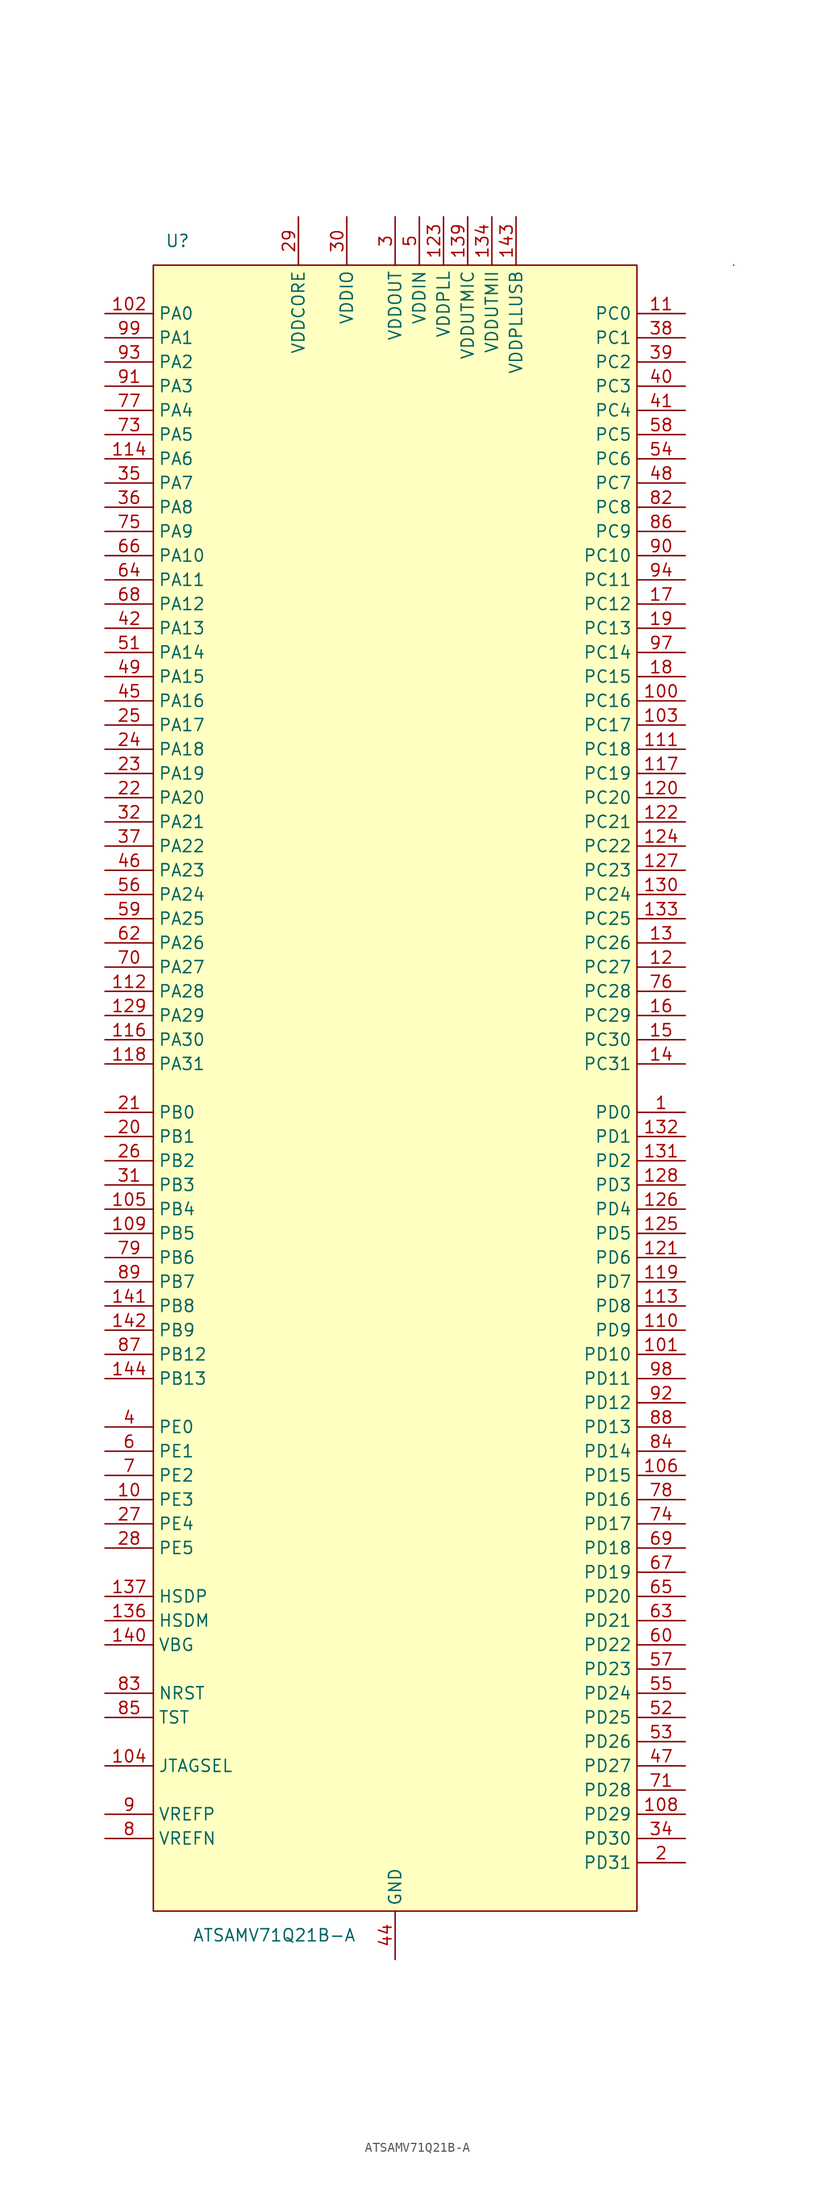
<source format=kicad_sym>
(kicad_symbol_lib
  (version 20211014)
  (generator kicad_symbol_editor)
  (symbol "ATSAMV71Q21B-A"
    (property "Reference" "U"
      (at -22.86 88.9 0)
      (effects (font (size 1.27 1.27))))
    (property "Value" "ATSAMV71Q21B-A"
      (at -12.7 -88.9 0)
      (effects (font (size 1.27 1.27))))
    (symbol "ATSAMV71Q21B-A_0_1"
      (rectangle (start 25.4 86.36) (end -25.4 -86.36) (stroke (width 0) (type default) (color 0 0 0 0)) (fill (type background)))
      (rectangle (start 35.56 86.36) (end 35.56 86.36) (stroke (width 0) (type default) (color 0 0 0 0)) (fill (type none))))
    (symbol "ATSAMV71Q21B-A_1_1"
      (pin bidirectional line (at 30.48 -2.54 180) (length 5.08) (name "PD0" (effects (font (size 1.27 1.27)))) (number "1" (effects (font (size 1.27 1.27)))))
      (pin bidirectional line (at -30.48 -43.18 0) (length 5.08) (name "PE3" (effects (font (size 1.27 1.27)))) (number "10" (effects (font (size 1.27 1.27)))))
      (pin bidirectional line (at 30.48 40.64 180) (length 5.08) (name "PC16" (effects (font (size 1.27 1.27)))) (number "100" (effects (font (size 1.27 1.27)))))
      (pin bidirectional line (at 30.48 -27.94 180) (length 5.08) (name "PD10" (effects (font (size 1.27 1.27)))) (number "101" (effects (font (size 1.27 1.27)))))
      (pin bidirectional line (at -30.48 81.28 0) (length 5.08) (name "PA0" (effects (font (size 1.27 1.27)))) (number "102" (effects (font (size 1.27 1.27)))))
      (pin bidirectional line (at 30.48 38.1 180) (length 5.08) (name "PC17" (effects (font (size 1.27 1.27)))) (number "103" (effects (font (size 1.27 1.27)))))
      (pin input line (at -30.48 -71.12 0) (length 5.08) (name "JTAGSEL" (effects (font (size 1.27 1.27)))) (number "104" (effects (font (size 1.27 1.27)))))
      (pin bidirectional line (at -30.48 -12.7 0) (length 5.08) (name "PB4" (effects (font (size 1.27 1.27)))) (number "105" (effects (font (size 1.27 1.27)))))
      (pin bidirectional line (at 30.48 -40.64 180) (length 5.08) (name "PD15" (effects (font (size 1.27 1.27)))) (number "106" (effects (font (size 1.27 1.27)))))
      (pin passive line (at -10.16 91.44 270) (length 5.08) hide (name "VDDCORE" (effects (font (size 1.27 1.27)))) (number "107" (effects (font (size 1.27 1.27)))))
      (pin bidirectional line (at 30.48 -76.2 180) (length 5.08) (name "PD29" (effects (font (size 1.27 1.27)))) (number "108" (effects (font (size 1.27 1.27)))))
      (pin bidirectional line (at -30.48 -15.24 0) (length 5.08) (name "PB5" (effects (font (size 1.27 1.27)))) (number "109" (effects (font (size 1.27 1.27)))))
      (pin bidirectional line (at 30.48 81.28 180) (length 5.08) (name "PC0" (effects (font (size 1.27 1.27)))) (number "11" (effects (font (size 1.27 1.27)))))
      (pin bidirectional line (at 30.48 -25.4 180) (length 5.08) (name "PD9" (effects (font (size 1.27 1.27)))) (number "110" (effects (font (size 1.27 1.27)))))
      (pin bidirectional line (at 30.48 35.56 180) (length 5.08) (name "PC18" (effects (font (size 1.27 1.27)))) (number "111" (effects (font (size 1.27 1.27)))))
      (pin bidirectional line (at -30.48 10.16 0) (length 5.08) (name "PA28" (effects (font (size 1.27 1.27)))) (number "112" (effects (font (size 1.27 1.27)))))
      (pin bidirectional line (at 30.48 -22.86 180) (length 5.08) (name "PD8" (effects (font (size 1.27 1.27)))) (number "113" (effects (font (size 1.27 1.27)))))
      (pin bidirectional line (at -30.48 66.04 0) (length 5.08) (name "PA6" (effects (font (size 1.27 1.27)))) (number "114" (effects (font (size 1.27 1.27)))))
      (pin passive line (at 0 -91.44 90) (length 5.08) hide (name "GND" (effects (font (size 1.27 1.27)))) (number "115" (effects (font (size 1.27 1.27)))))
      (pin bidirectional line (at -30.48 5.08 0) (length 5.08) (name "PA30" (effects (font (size 1.27 1.27)))) (number "116" (effects (font (size 1.27 1.27)))))
      (pin bidirectional line (at 30.48 33.02 180) (length 5.08) (name "PC19" (effects (font (size 1.27 1.27)))) (number "117" (effects (font (size 1.27 1.27)))))
      (pin bidirectional line (at -30.48 2.54 0) (length 5.08) (name "PA31" (effects (font (size 1.27 1.27)))) (number "118" (effects (font (size 1.27 1.27)))))
      (pin bidirectional line (at 30.48 -20.32 180) (length 5.08) (name "PD7" (effects (font (size 1.27 1.27)))) (number "119" (effects (font (size 1.27 1.27)))))
      (pin bidirectional line (at 30.48 12.7 180) (length 5.08) (name "PC27" (effects (font (size 1.27 1.27)))) (number "12" (effects (font (size 1.27 1.27)))))
      (pin bidirectional line (at 30.48 30.48 180) (length 5.08) (name "PC20" (effects (font (size 1.27 1.27)))) (number "120" (effects (font (size 1.27 1.27)))))
      (pin bidirectional line (at 30.48 -17.78 180) (length 5.08) (name "PD6" (effects (font (size 1.27 1.27)))) (number "121" (effects (font (size 1.27 1.27)))))
      (pin bidirectional line (at 30.48 27.94 180) (length 5.08) (name "PC21" (effects (font (size 1.27 1.27)))) (number "122" (effects (font (size 1.27 1.27)))))
      (pin power_in line (at 5.08 91.44 270) (length 5.08) (name "VDDPLL" (effects (font (size 1.27 1.27)))) (number "123" (effects (font (size 1.27 1.27)))))
      (pin bidirectional line (at 30.48 25.4 180) (length 5.08) (name "PC22" (effects (font (size 1.27 1.27)))) (number "124" (effects (font (size 1.27 1.27)))))
      (pin bidirectional line (at 30.48 -15.24 180) (length 5.08) (name "PD5" (effects (font (size 1.27 1.27)))) (number "125" (effects (font (size 1.27 1.27)))))
      (pin bidirectional line (at 30.48 -12.7 180) (length 5.08) (name "PD4" (effects (font (size 1.27 1.27)))) (number "126" (effects (font (size 1.27 1.27)))))
      (pin bidirectional line (at 30.48 22.86 180) (length 5.08) (name "PC23" (effects (font (size 1.27 1.27)))) (number "127" (effects (font (size 1.27 1.27)))))
      (pin bidirectional line (at 30.48 -10.16 180) (length 5.08) (name "PD3" (effects (font (size 1.27 1.27)))) (number "128" (effects (font (size 1.27 1.27)))))
      (pin bidirectional line (at -30.48 7.62 0) (length 5.08) (name "PA29" (effects (font (size 1.27 1.27)))) (number "129" (effects (font (size 1.27 1.27)))))
      (pin bidirectional line (at 30.48 15.24 180) (length 5.08) (name "PC26" (effects (font (size 1.27 1.27)))) (number "13" (effects (font (size 1.27 1.27)))))
      (pin bidirectional line (at 30.48 20.32 180) (length 5.08) (name "PC24" (effects (font (size 1.27 1.27)))) (number "130" (effects (font (size 1.27 1.27)))))
      (pin bidirectional line (at 30.48 -7.62 180) (length 5.08) (name "PD2" (effects (font (size 1.27 1.27)))) (number "131" (effects (font (size 1.27 1.27)))))
      (pin bidirectional line (at 30.48 -5.08 180) (length 5.08) (name "PD1" (effects (font (size 1.27 1.27)))) (number "132" (effects (font (size 1.27 1.27)))))
      (pin bidirectional line (at 30.48 17.78 180) (length 5.08) (name "PC25" (effects (font (size 1.27 1.27)))) (number "133" (effects (font (size 1.27 1.27)))))
      (pin power_in line (at 10.16 91.44 270) (length 5.08) (name "VDDUTMII" (effects (font (size 1.27 1.27)))) (number "134" (effects (font (size 1.27 1.27)))))
      (pin passive line (at 0 -91.44 90) (length 5.08) hide (name "GND" (effects (font (size 1.27 1.27)))) (number "135" (effects (font (size 1.27 1.27)))))
      (pin bidirectional line (at -30.48 -55.88 0) (length 5.08) (name "HSDM" (effects (font (size 1.27 1.27)))) (number "136" (effects (font (size 1.27 1.27)))))
      (pin bidirectional line (at -30.48 -53.34 0) (length 5.08) (name "HSDP" (effects (font (size 1.27 1.27)))) (number "137" (effects (font (size 1.27 1.27)))))
      (pin passive line (at 0 -91.44 90) (length 5.08) hide (name "GND" (effects (font (size 1.27 1.27)))) (number "138" (effects (font (size 1.27 1.27)))))
      (pin power_in line (at 7.62 91.44 270) (length 5.08) (name "VDDUTMIC" (effects (font (size 1.27 1.27)))) (number "139" (effects (font (size 1.27 1.27)))))
      (pin bidirectional line (at 30.48 2.54 180) (length 5.08) (name "PC31" (effects (font (size 1.27 1.27)))) (number "14" (effects (font (size 1.27 1.27)))))
      (pin input line (at -30.48 -58.42 0) (length 5.08) (name "VBG" (effects (font (size 1.27 1.27)))) (number "140" (effects (font (size 1.27 1.27)))))
      (pin bidirectional line (at -30.48 -22.86 0) (length 5.08) (name "PB8" (effects (font (size 1.27 1.27)))) (number "141" (effects (font (size 1.27 1.27)))))
      (pin bidirectional line (at -30.48 -25.4 0) (length 5.08) (name "PB9" (effects (font (size 1.27 1.27)))) (number "142" (effects (font (size 1.27 1.27)))))
      (pin power_in line (at 12.7 91.44 270) (length 5.08) (name "VDDPLLUSB" (effects (font (size 1.27 1.27)))) (number "143" (effects (font (size 1.27 1.27)))))
      (pin bidirectional line (at -30.48 -30.48 0) (length 5.08) (name "PB13" (effects (font (size 1.27 1.27)))) (number "144" (effects (font (size 1.27 1.27)))))
      (pin bidirectional line (at 30.48 5.08 180) (length 5.08) (name "PC30" (effects (font (size 1.27 1.27)))) (number "15" (effects (font (size 1.27 1.27)))))
      (pin bidirectional line (at 30.48 7.62 180) (length 5.08) (name "PC29" (effects (font (size 1.27 1.27)))) (number "16" (effects (font (size 1.27 1.27)))))
      (pin bidirectional line (at 30.48 50.8 180) (length 5.08) (name "PC12" (effects (font (size 1.27 1.27)))) (number "17" (effects (font (size 1.27 1.27)))))
      (pin bidirectional line (at 30.48 43.18 180) (length 5.08) (name "PC15" (effects (font (size 1.27 1.27)))) (number "18" (effects (font (size 1.27 1.27)))))
      (pin bidirectional line (at 30.48 48.26 180) (length 5.08) (name "PC13" (effects (font (size 1.27 1.27)))) (number "19" (effects (font (size 1.27 1.27)))))
      (pin bidirectional line (at 30.48 -81.28 180) (length 5.08) (name "PD31" (effects (font (size 1.27 1.27)))) (number "2" (effects (font (size 1.27 1.27)))))
      (pin bidirectional line (at -30.48 -5.08 0) (length 5.08) (name "PB1" (effects (font (size 1.27 1.27)))) (number "20" (effects (font (size 1.27 1.27)))))
      (pin bidirectional line (at -30.48 -2.54 0) (length 5.08) (name "PB0" (effects (font (size 1.27 1.27)))) (number "21" (effects (font (size 1.27 1.27)))))
      (pin bidirectional line (at -30.48 30.48 0) (length 5.08) (name "PA20" (effects (font (size 1.27 1.27)))) (number "22" (effects (font (size 1.27 1.27)))))
      (pin bidirectional line (at -30.48 33.02 0) (length 5.08) (name "PA19" (effects (font (size 1.27 1.27)))) (number "23" (effects (font (size 1.27 1.27)))))
      (pin bidirectional line (at -30.48 35.56 0) (length 5.08) (name "PA18" (effects (font (size 1.27 1.27)))) (number "24" (effects (font (size 1.27 1.27)))))
      (pin bidirectional line (at -30.48 38.1 0) (length 5.08) (name "PA17" (effects (font (size 1.27 1.27)))) (number "25" (effects (font (size 1.27 1.27)))))
      (pin bidirectional line (at -30.48 -7.62 0) (length 5.08) (name "PB2" (effects (font (size 1.27 1.27)))) (number "26" (effects (font (size 1.27 1.27)))))
      (pin bidirectional line (at -30.48 -45.72 0) (length 5.08) (name "PE4" (effects (font (size 1.27 1.27)))) (number "27" (effects (font (size 1.27 1.27)))))
      (pin bidirectional line (at -30.48 -48.26 0) (length 5.08) (name "PE5" (effects (font (size 1.27 1.27)))) (number "28" (effects (font (size 1.27 1.27)))))
      (pin power_in line (at -10.16 91.44 270) (length 5.08) (name "VDDCORE" (effects (font (size 1.27 1.27)))) (number "29" (effects (font (size 1.27 1.27)))))
      (pin power_in line (at 0 91.44 270) (length 5.08) (name "VDDOUT" (effects (font (size 1.27 1.27)))) (number "3" (effects (font (size 1.27 1.27)))))
      (pin power_in line (at -5.08 91.44 270) (length 5.08) (name "VDDIO" (effects (font (size 1.27 1.27)))) (number "30" (effects (font (size 1.27 1.27)))))
      (pin bidirectional line (at -30.48 -10.16 0) (length 5.08) (name "PB3" (effects (font (size 1.27 1.27)))) (number "31" (effects (font (size 1.27 1.27)))))
      (pin bidirectional line (at -30.48 27.94 0) (length 5.08) (name "PA21" (effects (font (size 1.27 1.27)))) (number "32" (effects (font (size 1.27 1.27)))))
      (pin passive line (at -10.16 91.44 270) (length 5.08) hide (name "VDDCORE" (effects (font (size 1.27 1.27)))) (number "33" (effects (font (size 1.27 1.27)))))
      (pin bidirectional line (at 30.48 -78.74 180) (length 5.08) (name "PD30" (effects (font (size 1.27 1.27)))) (number "34" (effects (font (size 1.27 1.27)))))
      (pin bidirectional line (at -30.48 63.5 0) (length 5.08) (name "PA7" (effects (font (size 1.27 1.27)))) (number "35" (effects (font (size 1.27 1.27)))))
      (pin bidirectional line (at -30.48 60.96 0) (length 5.08) (name "PA8" (effects (font (size 1.27 1.27)))) (number "36" (effects (font (size 1.27 1.27)))))
      (pin bidirectional line (at -30.48 25.4 0) (length 5.08) (name "PA22" (effects (font (size 1.27 1.27)))) (number "37" (effects (font (size 1.27 1.27)))))
      (pin bidirectional line (at 30.48 78.74 180) (length 5.08) (name "PC1" (effects (font (size 1.27 1.27)))) (number "38" (effects (font (size 1.27 1.27)))))
      (pin bidirectional line (at 30.48 76.2 180) (length 5.08) (name "PC2" (effects (font (size 1.27 1.27)))) (number "39" (effects (font (size 1.27 1.27)))))
      (pin bidirectional line (at -30.48 -35.56 0) (length 5.08) (name "PE0" (effects (font (size 1.27 1.27)))) (number "4" (effects (font (size 1.27 1.27)))))
      (pin bidirectional line (at 30.48 73.66 180) (length 5.08) (name "PC3" (effects (font (size 1.27 1.27)))) (number "40" (effects (font (size 1.27 1.27)))))
      (pin bidirectional line (at 30.48 71.12 180) (length 5.08) (name "PC4" (effects (font (size 1.27 1.27)))) (number "41" (effects (font (size 1.27 1.27)))))
      (pin bidirectional line (at -30.48 48.26 0) (length 5.08) (name "PA13" (effects (font (size 1.27 1.27)))) (number "42" (effects (font (size 1.27 1.27)))))
      (pin passive line (at -5.08 91.44 270) (length 5.08) hide (name "VDDIO" (effects (font (size 1.27 1.27)))) (number "43" (effects (font (size 1.27 1.27)))))
      (pin power_in line (at 0 -91.44 90) (length 5.08) (name "GND" (effects (font (size 1.27 1.27)))) (number "44" (effects (font (size 1.27 1.27)))))
      (pin bidirectional line (at -30.48 40.64 0) (length 5.08) (name "PA16" (effects (font (size 1.27 1.27)))) (number "45" (effects (font (size 1.27 1.27)))))
      (pin bidirectional line (at -30.48 22.86 0) (length 5.08) (name "PA23" (effects (font (size 1.27 1.27)))) (number "46" (effects (font (size 1.27 1.27)))))
      (pin bidirectional line (at 30.48 -71.12 180) (length 5.08) (name "PD27" (effects (font (size 1.27 1.27)))) (number "47" (effects (font (size 1.27 1.27)))))
      (pin bidirectional line (at 30.48 63.5 180) (length 5.08) (name "PC7" (effects (font (size 1.27 1.27)))) (number "48" (effects (font (size 1.27 1.27)))))
      (pin bidirectional line (at -30.48 43.18 0) (length 5.08) (name "PA15" (effects (font (size 1.27 1.27)))) (number "49" (effects (font (size 1.27 1.27)))))
      (pin power_in line (at 2.54 91.44 270) (length 5.08) (name "VDDIN" (effects (font (size 1.27 1.27)))) (number "5" (effects (font (size 1.27 1.27)))))
      (pin passive line (at -10.16 91.44 270) (length 5.08) hide (name "VDDCORE" (effects (font (size 1.27 1.27)))) (number "50" (effects (font (size 1.27 1.27)))))
      (pin bidirectional line (at -30.48 45.72 0) (length 5.08) (name "PA14" (effects (font (size 1.27 1.27)))) (number "51" (effects (font (size 1.27 1.27)))))
      (pin bidirectional line (at 30.48 -66.04 180) (length 5.08) (name "PD25" (effects (font (size 1.27 1.27)))) (number "52" (effects (font (size 1.27 1.27)))))
      (pin bidirectional line (at 30.48 -68.58 180) (length 5.08) (name "PD26" (effects (font (size 1.27 1.27)))) (number "53" (effects (font (size 1.27 1.27)))))
      (pin bidirectional line (at 30.48 66.04 180) (length 5.08) (name "PC6" (effects (font (size 1.27 1.27)))) (number "54" (effects (font (size 1.27 1.27)))))
      (pin bidirectional line (at 30.48 -63.5 180) (length 5.08) (name "PD24" (effects (font (size 1.27 1.27)))) (number "55" (effects (font (size 1.27 1.27)))))
      (pin bidirectional line (at -30.48 20.32 0) (length 5.08) (name "PA24" (effects (font (size 1.27 1.27)))) (number "56" (effects (font (size 1.27 1.27)))))
      (pin bidirectional line (at 30.48 -60.96 180) (length 5.08) (name "PD23" (effects (font (size 1.27 1.27)))) (number "57" (effects (font (size 1.27 1.27)))))
      (pin bidirectional line (at 30.48 68.58 180) (length 5.08) (name "PC5" (effects (font (size 1.27 1.27)))) (number "58" (effects (font (size 1.27 1.27)))))
      (pin bidirectional line (at -30.48 17.78 0) (length 5.08) (name "PA25" (effects (font (size 1.27 1.27)))) (number "59" (effects (font (size 1.27 1.27)))))
      (pin bidirectional line (at -30.48 -38.1 0) (length 5.08) (name "PE1" (effects (font (size 1.27 1.27)))) (number "6" (effects (font (size 1.27 1.27)))))
      (pin bidirectional line (at 30.48 -58.42 180) (length 5.08) (name "PD22" (effects (font (size 1.27 1.27)))) (number "60" (effects (font (size 1.27 1.27)))))
      (pin passive line (at 0 -91.44 90) (length 5.08) hide (name "GND" (effects (font (size 1.27 1.27)))) (number "61" (effects (font (size 1.27 1.27)))))
      (pin bidirectional line (at -30.48 15.24 0) (length 5.08) (name "PA26" (effects (font (size 1.27 1.27)))) (number "62" (effects (font (size 1.27 1.27)))))
      (pin bidirectional line (at 30.48 -55.88 180) (length 5.08) (name "PD21" (effects (font (size 1.27 1.27)))) (number "63" (effects (font (size 1.27 1.27)))))
      (pin bidirectional line (at -30.48 53.34 0) (length 5.08) (name "PA11" (effects (font (size 1.27 1.27)))) (number "64" (effects (font (size 1.27 1.27)))))
      (pin bidirectional line (at 30.48 -53.34 180) (length 5.08) (name "PD20" (effects (font (size 1.27 1.27)))) (number "65" (effects (font (size 1.27 1.27)))))
      (pin bidirectional line (at -30.48 55.88 0) (length 5.08) (name "PA10" (effects (font (size 1.27 1.27)))) (number "66" (effects (font (size 1.27 1.27)))))
      (pin bidirectional line (at 30.48 -50.8 180) (length 5.08) (name "PD19" (effects (font (size 1.27 1.27)))) (number "67" (effects (font (size 1.27 1.27)))))
      (pin bidirectional line (at -30.48 50.8 0) (length 5.08) (name "PA12" (effects (font (size 1.27 1.27)))) (number "68" (effects (font (size 1.27 1.27)))))
      (pin bidirectional line (at 30.48 -48.26 180) (length 5.08) (name "PD18" (effects (font (size 1.27 1.27)))) (number "69" (effects (font (size 1.27 1.27)))))
      (pin bidirectional line (at -30.48 -40.64 0) (length 5.08) (name "PE2" (effects (font (size 1.27 1.27)))) (number "7" (effects (font (size 1.27 1.27)))))
      (pin bidirectional line (at -30.48 12.7 0) (length 5.08) (name "PA27" (effects (font (size 1.27 1.27)))) (number "70" (effects (font (size 1.27 1.27)))))
      (pin bidirectional line (at 30.48 -73.66 180) (length 5.08) (name "PD28" (effects (font (size 1.27 1.27)))) (number "71" (effects (font (size 1.27 1.27)))))
      (pin passive line (at -5.08 91.44 270) (length 5.08) hide (name "VDDIO" (effects (font (size 1.27 1.27)))) (number "72" (effects (font (size 1.27 1.27)))))
      (pin bidirectional line (at -30.48 68.58 0) (length 5.08) (name "PA5" (effects (font (size 1.27 1.27)))) (number "73" (effects (font (size 1.27 1.27)))))
      (pin bidirectional line (at 30.48 -45.72 180) (length 5.08) (name "PD17" (effects (font (size 1.27 1.27)))) (number "74" (effects (font (size 1.27 1.27)))))
      (pin bidirectional line (at -30.48 58.42 0) (length 5.08) (name "PA9" (effects (font (size 1.27 1.27)))) (number "75" (effects (font (size 1.27 1.27)))))
      (pin bidirectional line (at 30.48 10.16 180) (length 5.08) (name "PC28" (effects (font (size 1.27 1.27)))) (number "76" (effects (font (size 1.27 1.27)))))
      (pin bidirectional line (at -30.48 71.12 0) (length 5.08) (name "PA4" (effects (font (size 1.27 1.27)))) (number "77" (effects (font (size 1.27 1.27)))))
      (pin bidirectional line (at 30.48 -43.18 180) (length 5.08) (name "PD16" (effects (font (size 1.27 1.27)))) (number "78" (effects (font (size 1.27 1.27)))))
      (pin bidirectional line (at -30.48 -17.78 0) (length 5.08) (name "PB6" (effects (font (size 1.27 1.27)))) (number "79" (effects (font (size 1.27 1.27)))))
      (pin bidirectional line (at -30.48 -78.74 0) (length 5.08) (name "VREFN" (effects (font (size 1.27 1.27)))) (number "8" (effects (font (size 1.27 1.27)))))
      (pin passive line (at -5.08 91.44 270) (length 5.08) hide (name "VDDIO" (effects (font (size 1.27 1.27)))) (number "80" (effects (font (size 1.27 1.27)))))
      (pin passive line (at -10.16 91.44 270) (length 5.08) hide (name "VDDCORE" (effects (font (size 1.27 1.27)))) (number "81" (effects (font (size 1.27 1.27)))))
      (pin bidirectional line (at 30.48 60.96 180) (length 5.08) (name "PC8" (effects (font (size 1.27 1.27)))) (number "82" (effects (font (size 1.27 1.27)))))
      (pin bidirectional line (at -30.48 -63.5 0) (length 5.08) (name "NRST" (effects (font (size 1.27 1.27)))) (number "83" (effects (font (size 1.27 1.27)))))
      (pin bidirectional line (at 30.48 -38.1 180) (length 5.08) (name "PD14" (effects (font (size 1.27 1.27)))) (number "84" (effects (font (size 1.27 1.27)))))
      (pin input line (at -30.48 -66.04 0) (length 5.08) (name "TST" (effects (font (size 1.27 1.27)))) (number "85" (effects (font (size 1.27 1.27)))))
      (pin bidirectional line (at 30.48 58.42 180) (length 5.08) (name "PC9" (effects (font (size 1.27 1.27)))) (number "86" (effects (font (size 1.27 1.27)))))
      (pin bidirectional line (at -30.48 -27.94 0) (length 5.08) (name "PB12" (effects (font (size 1.27 1.27)))) (number "87" (effects (font (size 1.27 1.27)))))
      (pin bidirectional line (at 30.48 -35.56 180) (length 5.08) (name "PD13" (effects (font (size 1.27 1.27)))) (number "88" (effects (font (size 1.27 1.27)))))
      (pin bidirectional line (at -30.48 -20.32 0) (length 5.08) (name "PB7" (effects (font (size 1.27 1.27)))) (number "89" (effects (font (size 1.27 1.27)))))
      (pin input line (at -30.48 -76.2 0) (length 5.08) (name "VREFP" (effects (font (size 1.27 1.27)))) (number "9" (effects (font (size 1.27 1.27)))))
      (pin bidirectional line (at 30.48 55.88 180) (length 5.08) (name "PC10" (effects (font (size 1.27 1.27)))) (number "90" (effects (font (size 1.27 1.27)))))
      (pin bidirectional line (at -30.48 73.66 0) (length 5.08) (name "PA3" (effects (font (size 1.27 1.27)))) (number "91" (effects (font (size 1.27 1.27)))))
      (pin bidirectional line (at 30.48 -33.02 180) (length 5.08) (name "PD12" (effects (font (size 1.27 1.27)))) (number "92" (effects (font (size 1.27 1.27)))))
      (pin bidirectional line (at -30.48 76.2 0) (length 5.08) (name "PA2" (effects (font (size 1.27 1.27)))) (number "93" (effects (font (size 1.27 1.27)))))
      (pin bidirectional line (at 30.48 53.34 180) (length 5.08) (name "PC11" (effects (font (size 1.27 1.27)))) (number "94" (effects (font (size 1.27 1.27)))))
      (pin passive line (at 0 -91.44 90) (length 5.08) hide (name "GND" (effects (font (size 1.27 1.27)))) (number "95" (effects (font (size 1.27 1.27)))))
      (pin passive line (at -5.08 91.44 270) (length 5.08) hide (name "VDDIO" (effects (font (size 1.27 1.27)))) (number "96" (effects (font (size 1.27 1.27)))))
      (pin bidirectional line (at 30.48 45.72 180) (length 5.08) (name "PC14" (effects (font (size 1.27 1.27)))) (number "97" (effects (font (size 1.27 1.27)))))
      (pin bidirectional line (at 30.48 -30.48 180) (length 5.08) (name "PD11" (effects (font (size 1.27 1.27)))) (number "98" (effects (font (size 1.27 1.27)))))
      (pin bidirectional line (at -30.48 78.74 0) (length 5.08) (name "PA1" (effects (font (size 1.27 1.27)))) (number "99" (effects (font (size 1.27 1.27))))))))
</source>
